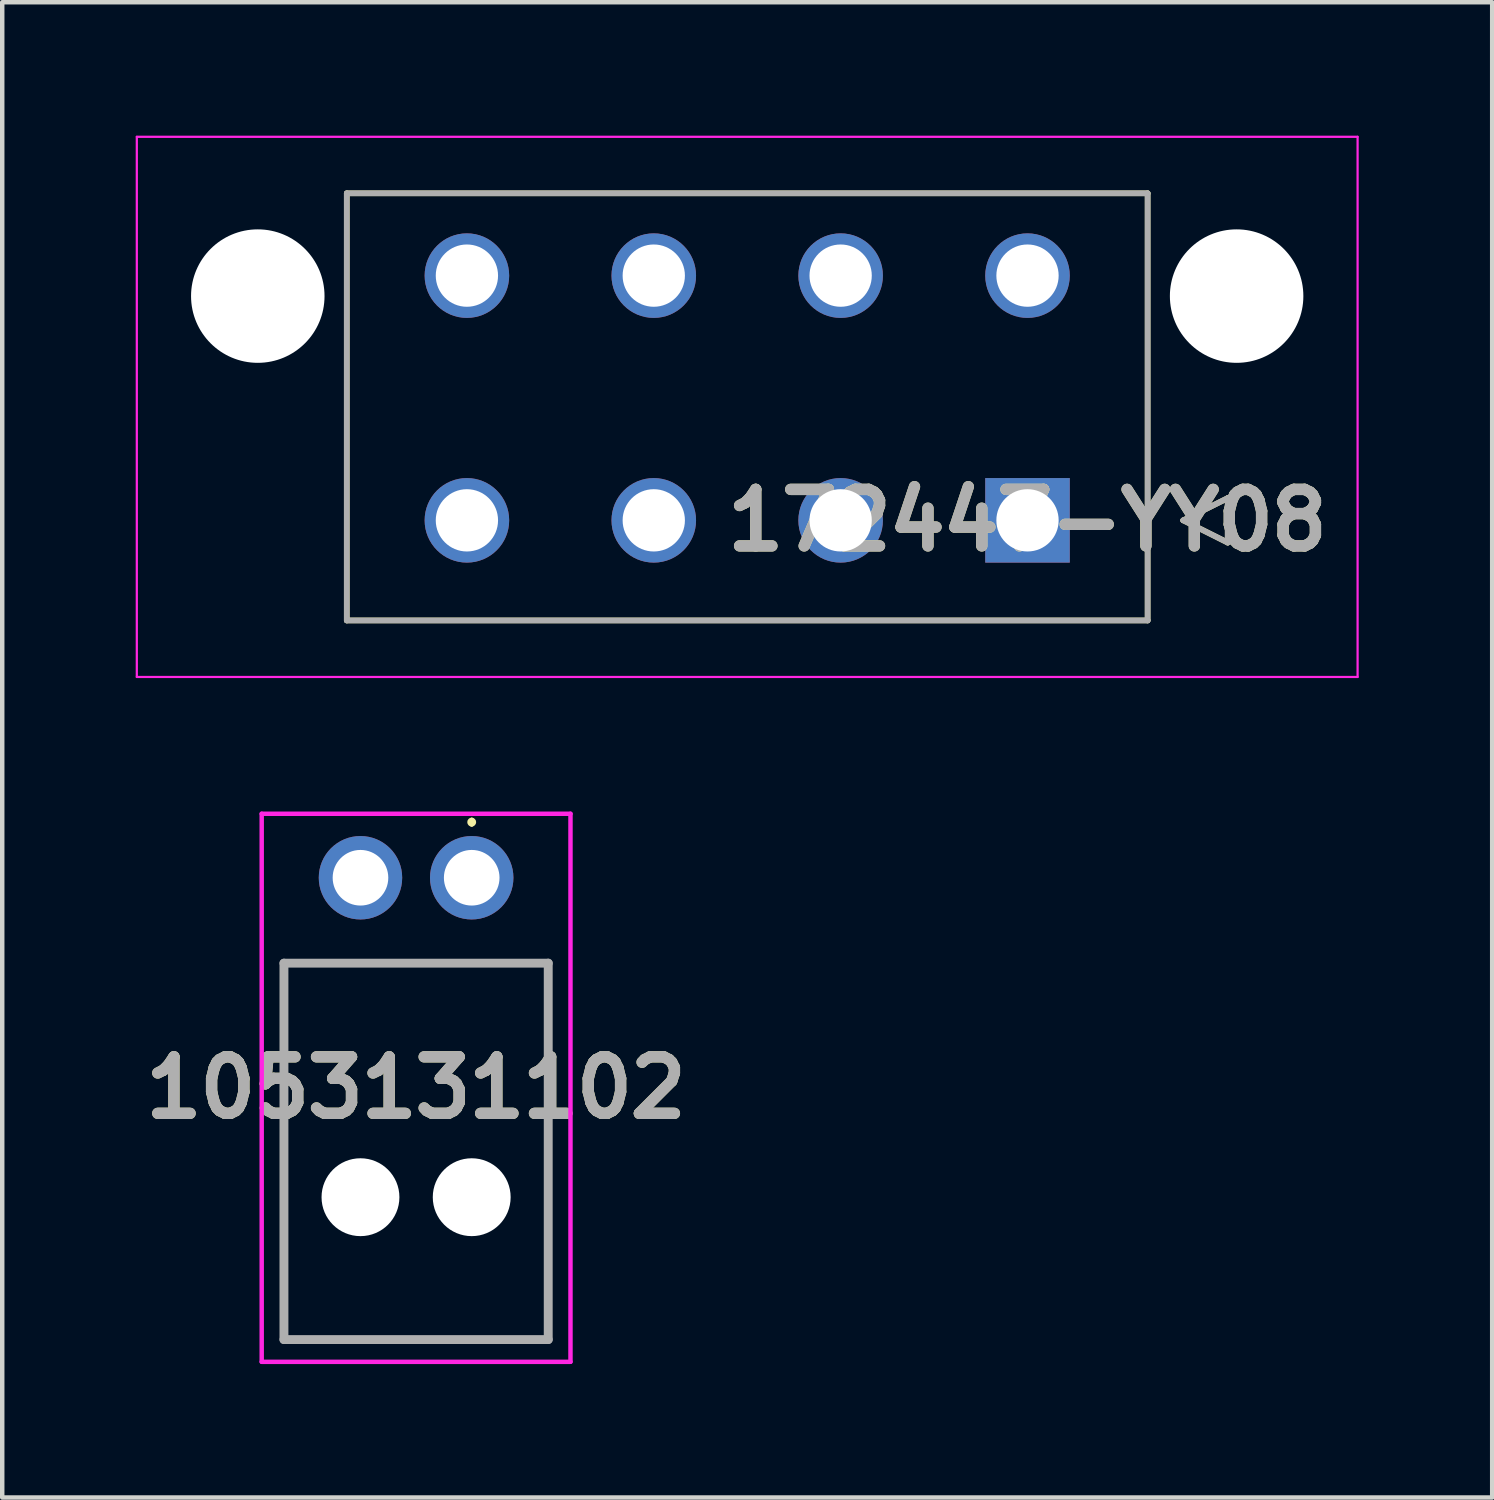
<source format=kicad_pcb>
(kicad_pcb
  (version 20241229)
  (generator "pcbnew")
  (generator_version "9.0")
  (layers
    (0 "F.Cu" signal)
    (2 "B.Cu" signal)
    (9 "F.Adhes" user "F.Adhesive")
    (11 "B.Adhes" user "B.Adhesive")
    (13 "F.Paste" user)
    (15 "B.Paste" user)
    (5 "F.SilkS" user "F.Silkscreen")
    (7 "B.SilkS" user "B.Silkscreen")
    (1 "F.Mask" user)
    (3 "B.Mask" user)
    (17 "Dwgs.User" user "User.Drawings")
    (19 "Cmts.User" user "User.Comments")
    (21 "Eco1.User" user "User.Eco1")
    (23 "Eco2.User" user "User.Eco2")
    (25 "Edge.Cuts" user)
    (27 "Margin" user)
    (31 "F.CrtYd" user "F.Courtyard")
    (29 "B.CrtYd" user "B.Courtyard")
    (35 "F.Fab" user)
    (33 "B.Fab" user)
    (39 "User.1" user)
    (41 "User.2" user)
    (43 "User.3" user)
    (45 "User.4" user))
  (footprint "172447-YY08"
    (layer "F.Cu")
    (at 20.044 8.645)
    (property "Reference" "172447-YY08" (at 0 0 0) (layer "F.SilkS") (effects (font (size 1.27 1.27) (thickness 0.254))))
    (attr through_hole)
    (fp_line (start -15.3 -7.35) (end 2.7 -7.35) (stroke (width 0.127) (type solid)) (layer "F.SilkS"))
    (fp_line (start -15.3 2.25) (end -15.3 -7.35) (stroke (width 0.127) (type solid)) (layer "F.SilkS"))
    (fp_line (start 2.7 -7.35) (end 2.7 2.25) (stroke (width 0.127) (type solid)) (layer "F.SilkS"))
    (fp_line (start 2.7 2.25) (end -15.3 2.25) (stroke (width 0.127) (type solid)) (layer "F.SilkS"))
    (fp_line (start 3.5 0) (end 4.5 -0.5) (stroke (width 0.127) (type solid)) (layer "F.SilkS"))
    (fp_line (start 4.5 -0.5) (end 4.5 0.5) (stroke (width 0.127) (type solid)) (layer "F.SilkS"))
    (fp_line (start 4.5 0.5) (end 3.5 0) (stroke (width 0.127) (type solid)) (layer "F.SilkS"))
    (fp_line (start -20.019 -8.62) (end 7.419 -8.62) (stroke (width 0.05) (type solid)) (layer "F.CrtYd"))
    (fp_line (start -20.019 3.52) (end -20.019 -8.62) (stroke (width 0.05) (type solid)) (layer "F.CrtYd"))
    (fp_line (start 7.419 -8.62) (end 7.419 3.52) (stroke (width 0.05) (type solid)) (layer "F.CrtYd"))
    (fp_line (start 7.419 3.52) (end -20.019 3.52) (stroke (width 0.05) (type solid)) (layer "F.CrtYd"))
    (fp_line (start -15.3 -7.35) (end 2.7 -7.35) (stroke (width 0.127) (type solid)) (layer "F.Fab"))
    (fp_line (start -15.3 2.25) (end -15.3 -7.35) (stroke (width 0.127) (type solid)) (layer "F.Fab"))
    (fp_line (start 2.7 -7.35) (end 2.7 2.25) (stroke (width 0.127) (type solid)) (layer "F.Fab"))
    (fp_line (start 2.7 2.25) (end -15.3 2.25) (stroke (width 0.127) (type solid)) (layer "F.Fab"))
    (fp_line (start 3.5 0) (end 4.5 -0.5) (stroke (width 0.127) (type solid)) (layer "F.Fab"))
    (fp_line (start 4.5 -0.5) (end 4.5 0.5) (stroke (width 0.127) (type solid)) (layer "F.Fab"))
    (fp_line (start 4.5 0.5) (end 3.5 0) (stroke (width 0.127) (type solid)) (layer "F.Fab"))
    (fp_text user "${REFERENCE}" (at 0 0 0) (layer "F.Fab") (effects (font (size 1.27 1.27) (thickness 0.254))))
    (pad "" np_thru_hole circle (at -17.3 -5.04) (size 3 3) (drill 3) (layers "*.Cu" "*.Mask"))
    (pad "" np_thru_hole circle (at 4.7 -5.04) (size 3 3) (drill 3) (layers "*.Cu" "*.Mask"))
    (pad "1" thru_hole rect (at 0 0) (size 1.9 1.9) (drill 1.4) (layers "*.Cu" "*.Mask"))
    (pad "2" thru_hole circle (at -4.2 0) (size 1.9 1.9) (drill 1.4) (layers "*.Cu" "*.Mask"))
    (pad "3" thru_hole circle (at -8.4 0) (size 1.9 1.9) (drill 1.4) (layers "*.Cu" "*.Mask"))
    (pad "4" thru_hole circle (at -12.6 0) (size 1.9 1.9) (drill 1.4) (layers "*.Cu" "*.Mask"))
    (pad "5" thru_hole circle (at 0 -5.5) (size 1.9 1.9) (drill 1.4) (layers "*.Cu" "*.Mask"))
    (pad "6" thru_hole circle (at -4.2 -5.5) (size 1.9 1.9) (drill 1.4) (layers "*.Cu" "*.Mask"))
    (pad "7" thru_hole circle (at -8.4 -5.5) (size 1.9 1.9) (drill 1.4) (layers "*.Cu" "*.Mask"))
    (pad "8" thru_hole circle (at -12.6 -5.5) (size 1.9 1.9) (drill 1.4) (layers "*.Cu" "*.Mask")))
  (footprint "1053131102"
    (layer "F.Cu")
    (at 7.552 16.678)
    (property "Reference" "1053131102" (at -1.25 4.721 0) (layer "F.SilkS") (effects (font (size 1.27 1.27) (thickness 0.254))))
    (attr through_hole)
    (fp_line (start -4.22 1.92) (end 1.72 1.92) (stroke (width 0.1) (type solid)) (layer "F.SilkS"))
    (fp_line (start -4.22 10.38) (end -4.22 1.92) (stroke (width 0.1) (type solid)) (layer "F.SilkS"))
    (fp_line (start 0 -1.3) (end 0 -1.3) (stroke (width 0.1) (type solid)) (layer "F.SilkS"))
    (fp_line (start 0 -1.2) (end 0 -1.2) (stroke (width 0.1) (type solid)) (layer "F.SilkS"))
    (fp_line (start 1.72 1.92) (end 1.72 10.38) (stroke (width 0.1) (type solid)) (layer "F.SilkS"))
    (fp_line (start 1.72 10.38) (end -4.22 10.38) (stroke (width 0.1) (type solid)) (layer "F.SilkS"))
    (fp_arc (start 0 -1.3) (mid 0.05 -1.25) (end 0 -1.2) (stroke (width 0.1) (type solid)) (layer "F.SilkS"))
    (fp_arc (start 0 -1.2) (mid -0.05 -1.25) (end 0 -1.3) (stroke (width 0.1) (type solid)) (layer "F.SilkS"))
    (fp_line (start -4.72 -1.438) (end 2.22 -1.438) (stroke (width 0.1) (type solid)) (layer "F.CrtYd"))
    (fp_line (start -4.72 10.88) (end -4.72 -1.438) (stroke (width 0.1) (type solid)) (layer "F.CrtYd"))
    (fp_line (start 2.22 -1.438) (end 2.22 10.88) (stroke (width 0.1) (type solid)) (layer "F.CrtYd"))
    (fp_line (start 2.22 10.88) (end -4.72 10.88) (stroke (width 0.1) (type solid)) (layer "F.CrtYd"))
    (fp_line (start -4.22 1.92) (end 1.72 1.92) (stroke (width 0.2) (type solid)) (layer "F.Fab"))
    (fp_line (start -4.22 10.38) (end -4.22 1.92) (stroke (width 0.2) (type solid)) (layer "F.Fab"))
    (fp_line (start 1.72 1.92) (end 1.72 10.38) (stroke (width 0.2) (type solid)) (layer "F.Fab"))
    (fp_line (start 1.72 10.38) (end -4.22 10.38) (stroke (width 0.2) (type solid)) (layer "F.Fab"))
    (fp_text user "${REFERENCE}" (at -1.25 4.721 0) (layer "F.Fab") (effects (font (size 1.27 1.27) (thickness 0.254))))
    (pad "" np_thru_hole circle (at -2.5 7.18) (size 1.75 1.75) (drill 1.75) (layers "*.Cu" "*.Mask"))
    (pad "" np_thru_hole circle (at 0 7.18) (size 1.75 1.75) (drill 1.75) (layers "*.Cu" "*.Mask"))
    (pad "1" thru_hole circle (at 0 0) (size 1.875 1.875) (drill 1.25) (layers "*.Cu" "*.Mask"))
    (pad "2" thru_hole circle (at -2.5 0) (size 1.875 1.875) (drill 1.25) (layers "*.Cu" "*.Mask")))
  (gr_rect
    (start -3 -3)
    (end 30.488 30.608)
    (stroke (width 0.1) (type default))
    (fill no)
    (layer "Edge.Cuts")))
</source>
